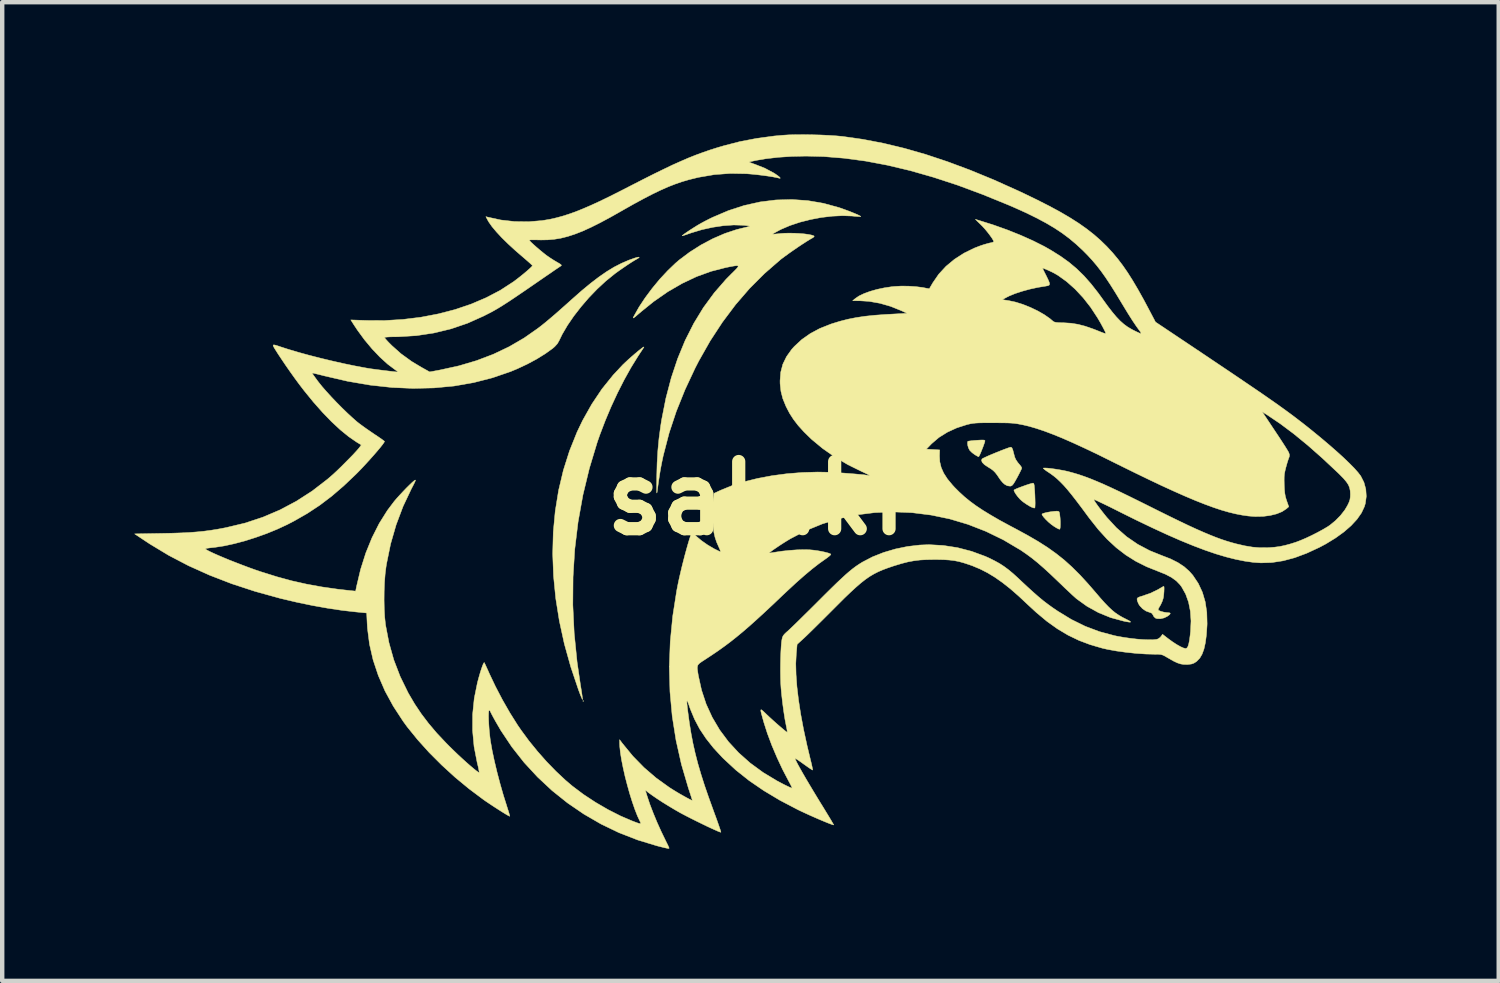
<source format=kicad_pcb>
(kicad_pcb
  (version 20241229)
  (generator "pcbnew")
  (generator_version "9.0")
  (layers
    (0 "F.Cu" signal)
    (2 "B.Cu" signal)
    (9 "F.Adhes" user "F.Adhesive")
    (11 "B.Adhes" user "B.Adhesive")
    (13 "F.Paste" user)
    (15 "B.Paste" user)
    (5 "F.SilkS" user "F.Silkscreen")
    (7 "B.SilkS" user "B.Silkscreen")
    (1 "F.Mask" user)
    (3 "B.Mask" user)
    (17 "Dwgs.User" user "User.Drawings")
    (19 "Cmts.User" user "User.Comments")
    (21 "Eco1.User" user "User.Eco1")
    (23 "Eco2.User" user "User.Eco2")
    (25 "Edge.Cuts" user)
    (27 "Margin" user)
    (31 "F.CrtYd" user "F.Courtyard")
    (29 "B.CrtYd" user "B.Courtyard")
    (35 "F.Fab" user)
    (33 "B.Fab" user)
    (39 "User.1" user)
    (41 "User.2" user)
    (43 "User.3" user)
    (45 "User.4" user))
  (footprint "saluki"
    (layer "F.Cu")
    (at 14.111 8.257)
    (property "Reference" "saluki" (at 0 0 0) (layer "F.SilkS") (effects (font (size 1.524 1.524) (thickness 0.3))))
    (attr through_hole)
    (fp_poly (pts (xy -3.919 4.599) (xy -3.928 4.608) (xy -3.937 4.599) (xy -3.928 4.59) (xy -3.919 4.599)) (stroke (width 0.01) (type solid)) (fill yes) (layer "F.SilkS"))
    (fp_poly (pts (xy 6.853 0.294) (xy 6.872 0.308) (xy 6.882 0.346) (xy 6.885 0.367) (xy 6.894 0.447) (xy 6.899 0.528) (xy 6.899 0.602) (xy 6.896 0.661) (xy 6.889 0.696) (xy 6.884 0.702) (xy 6.86 0.696) (xy 6.816 0.674) (xy 6.761 0.64) (xy 6.757 0.638) (xy 6.694 0.593) (xy 6.63 0.539) (xy 6.571 0.482) (xy 6.523 0.429) (xy 6.491 0.386) (xy 6.481 0.359) (xy 6.482 0.358) (xy 6.502 0.345) (xy 6.549 0.331) (xy 6.614 0.316) (xy 6.688 0.304) (xy 6.761 0.295) (xy 6.816 0.291) (xy 6.853 0.294)) (stroke (width 0.01) (type solid)) (fill yes) (layer "F.SilkS"))
    (fp_poly (pts (xy 5.176 -1.319) (xy 5.188 -1.31) (xy 5.189 -1.305) (xy 5.183 -1.277) (xy 5.166 -1.227) (xy 5.143 -1.163) (xy 5.116 -1.095) (xy 5.09 -1.031) (xy 5.067 -0.979) (xy 5.05 -0.948) (xy 5.045 -0.943) (xy 5.024 -0.952) (xy 4.983 -0.975) (xy 4.951 -0.995) (xy 4.897 -1.035) (xy 4.852 -1.079) (xy 4.837 -1.097) (xy 4.814 -1.145) (xy 4.798 -1.2) (xy 4.792 -1.252) (xy 4.797 -1.287) (xy 4.802 -1.294) (xy 4.827 -1.299) (xy 4.878 -1.306) (xy 4.95 -1.313) (xy 5.004 -1.317) (xy 5.09 -1.322) (xy 5.145 -1.323) (xy 5.176 -1.319)) (stroke (width 0.01) (type solid)) (fill yes) (layer "F.SilkS"))
    (fp_poly (pts (xy 6.291 -0.34) (xy 6.3 -0.323) (xy 6.307 -0.289) (xy 6.312 -0.232) (xy 6.318 -0.147) (xy 6.322 -0.07) (xy 6.325 0.026) (xy 6.327 0.11) (xy 6.325 0.174) (xy 6.322 0.212) (xy 6.32 0.219) (xy 6.297 0.219) (xy 6.253 0.204) (xy 6.207 0.181) (xy 6.136 0.138) (xy 6.062 0.087) (xy 6.028 0.061) (xy 5.979 0.015) (xy 5.931 -0.04) (xy 5.889 -0.097) (xy 5.859 -0.147) (xy 5.846 -0.182) (xy 5.847 -0.188) (xy 5.865 -0.199) (xy 5.91 -0.22) (xy 5.973 -0.245) (xy 6.046 -0.272) (xy 6.121 -0.299) (xy 6.191 -0.322) (xy 6.246 -0.338) (xy 6.278 -0.345) (xy 6.279 -0.345) (xy 6.291 -0.34)) (stroke (width 0.01) (type solid)) (fill yes) (layer "F.SilkS"))
    (fp_poly (pts (xy 9.252 2.012) (xy 9.253 2.054) (xy 9.251 2.113) (xy 9.246 2.177) (xy 9.239 2.238) (xy 9.234 2.265) (xy 9.212 2.335) (xy 9.178 2.41) (xy 9.16 2.441) (xy 9.129 2.493) (xy 9.119 2.524) (xy 9.127 2.541) (xy 9.129 2.543) (xy 9.179 2.565) (xy 9.248 2.583) (xy 9.317 2.593) (xy 9.339 2.594) (xy 9.383 2.6) (xy 9.394 2.616) (xy 9.372 2.644) (xy 9.326 2.678) (xy 9.252 2.714) (xy 9.172 2.732) (xy 9.097 2.731) (xy 9.059 2.719) (xy 9.023 2.687) (xy 9.002 2.649) (xy 8.977 2.609) (xy 8.93 2.589) (xy 8.921 2.587) (xy 8.841 2.557) (xy 8.762 2.503) (xy 8.698 2.434) (xy 8.671 2.389) (xy 8.645 2.324) (xy 8.639 2.281) (xy 8.658 2.254) (xy 8.706 2.233) (xy 8.74 2.223) (xy 8.94 2.155) (xy 9.114 2.071) (xy 9.137 2.057) (xy 9.19 2.026) (xy 9.229 2.004) (xy 9.246 1.996) (xy 9.252 2.012)) (stroke (width 0.01) (type solid)) (fill yes) (layer "F.SilkS"))
    (fp_poly (pts (xy 5.8 -1.145) (xy 5.82 -1.101) (xy 5.823 -1.089) (xy 5.841 -1.02) (xy 5.86 -0.949) (xy 5.861 -0.942) (xy 5.886 -0.883) (xy 5.928 -0.819) (xy 5.952 -0.79) (xy 5.991 -0.744) (xy 6.017 -0.705) (xy 6.023 -0.687) (xy 6.015 -0.662) (xy 5.992 -0.613) (xy 5.958 -0.546) (xy 5.919 -0.472) (xy 5.873 -0.39) (xy 5.84 -0.335) (xy 5.814 -0.302) (xy 5.792 -0.284) (xy 5.768 -0.277) (xy 5.76 -0.276) (xy 5.696 -0.285) (xy 5.642 -0.313) (xy 5.596 -0.352) (xy 5.547 -0.409) (xy 5.521 -0.445) (xy 5.466 -0.527) (xy 5.42 -0.586) (xy 5.375 -0.631) (xy 5.323 -0.67) (xy 5.264 -0.706) (xy 5.178 -0.763) (xy 5.127 -0.815) (xy 5.11 -0.861) (xy 5.122 -0.894) (xy 5.145 -0.908) (xy 5.195 -0.932) (xy 5.265 -0.964) (xy 5.35 -1) (xy 5.442 -1.038) (xy 5.534 -1.075) (xy 5.621 -1.109) (xy 5.695 -1.136) (xy 5.749 -1.155) (xy 5.778 -1.161) (xy 5.8 -1.145)) (stroke (width 0.01) (type solid)) (fill yes) (layer "F.SilkS"))
    (fp_poly (pts (xy -2.549 -3.431) (xy -2.551 -3.428) (xy -2.567 -3.403) (xy -2.598 -3.355) (xy -2.641 -3.291) (xy -2.687 -3.22) (xy -2.841 -2.971) (xy -2.996 -2.693) (xy -3.148 -2.394) (xy -3.293 -2.082) (xy -3.427 -1.764) (xy -3.548 -1.447) (xy -3.608 -1.276) (xy -3.788 -0.68) (xy -3.934 -0.076) (xy -4.044 0.536) (xy -4.119 1.155) (xy -4.158 1.783) (xy -4.163 2.419) (xy -4.132 3.064) (xy -4.066 3.717) (xy -3.99 4.234) (xy -3.973 4.338) (xy -3.959 4.429) (xy -3.949 4.501) (xy -3.944 4.549) (xy -3.943 4.566) (xy -3.952 4.553) (xy -3.97 4.512) (xy -3.996 4.449) (xy -4.026 4.369) (xy -4.033 4.351) (xy -4.21 3.825) (xy -4.356 3.302) (xy -4.469 2.783) (xy -4.551 2.269) (xy -4.601 1.761) (xy -4.62 1.26) (xy -4.607 0.769) (xy -4.562 0.289) (xy -4.486 -0.181) (xy -4.378 -0.636) (xy -4.238 -1.078) (xy -4.067 -1.504) (xy -3.942 -1.765) (xy -3.734 -2.135) (xy -3.503 -2.48) (xy -3.247 -2.798) (xy -3.031 -3.029) (xy -2.967 -3.09) (xy -2.897 -3.155) (xy -2.823 -3.22) (xy -2.75 -3.283) (xy -2.683 -3.339) (xy -2.625 -3.385) (xy -2.581 -3.419) (xy -2.554 -3.435) (xy -2.549 -3.431)) (stroke (width 0.01) (type solid)) (fill yes) (layer "F.SilkS"))
    (fp_poly (pts (xy 1.167 -6.755) (xy 1.524 -6.694) (xy 1.877 -6.597) (xy 1.898 -6.59) (xy 1.991 -6.557) (xy 2.086 -6.522) (xy 2.176 -6.487) (xy 2.255 -6.454) (xy 2.318 -6.426) (xy 2.359 -6.405) (xy 2.371 -6.393) (xy 2.371 -6.393) (xy 2.352 -6.392) (xy 2.304 -6.394) (xy 2.236 -6.399) (xy 2.176 -6.405) (xy 1.959 -6.413) (xy 1.724 -6.402) (xy 1.477 -6.373) (xy 1.23 -6.326) (xy 0.989 -6.265) (xy 0.764 -6.19) (xy 0.563 -6.104) (xy 0.522 -6.083) (xy 0.456 -6.047) (xy 0.404 -6.018) (xy 0.374 -5.999) (xy 0.369 -5.994) (xy 0.388 -5.993) (xy 0.435 -5.997) (xy 0.501 -6.003) (xy 0.545 -6.008) (xy 0.642 -6.015) (xy 0.751 -6.017) (xy 0.867 -6.015) (xy 0.983 -6.009) (xy 1.091 -6) (xy 1.186 -5.987) (xy 1.259 -5.972) (xy 1.306 -5.955) (xy 1.313 -5.95) (xy 1.309 -5.934) (xy 1.28 -5.911) (xy 1.268 -5.905) (xy 1.214 -5.874) (xy 1.138 -5.827) (xy 1.045 -5.767) (xy 0.943 -5.699) (xy 0.838 -5.627) (xy 0.737 -5.556) (xy 0.646 -5.49) (xy 0.571 -5.434) (xy 0.548 -5.416) (xy 0.187 -5.102) (xy -0.153 -4.762) (xy -0.471 -4.394) (xy -0.768 -3.998) (xy -1.046 -3.573) (xy -1.304 -3.118) (xy -1.387 -2.957) (xy -1.617 -2.466) (xy -1.815 -1.974) (xy -1.978 -1.483) (xy -2.105 -0.994) (xy -2.113 -0.962) (xy -2.137 -0.849) (xy -2.158 -0.743) (xy -2.178 -0.636) (xy -2.197 -0.52) (xy -2.217 -0.387) (xy -2.239 -0.229) (xy -2.249 -0.154) (xy -2.254 -0.124) (xy -2.258 -0.121) (xy -2.26 -0.147) (xy -2.261 -0.203) (xy -2.261 -0.291) (xy -2.26 -0.413) (xy -2.259 -0.49) (xy -2.251 -0.799) (xy -2.234 -1.083) (xy -2.208 -1.356) (xy -2.172 -1.628) (xy -2.149 -1.777) (xy -2.052 -2.268) (xy -1.93 -2.733) (xy -1.784 -3.171) (xy -1.614 -3.583) (xy -1.419 -3.969) (xy -1.2 -4.328) (xy -0.955 -4.662) (xy -0.686 -4.971) (xy -0.564 -5.094) (xy -0.49 -5.167) (xy -0.439 -5.22) (xy -0.413 -5.255) (xy -0.414 -5.274) (xy -0.444 -5.279) (xy -0.505 -5.272) (xy -0.598 -5.255) (xy -0.697 -5.235) (xy -1.027 -5.15) (xy -1.358 -5.03) (xy -1.685 -4.875) (xy -2.009 -4.687) (xy -2.327 -4.466) (xy -2.608 -4.239) (xy -2.687 -4.172) (xy -2.741 -4.125) (xy -2.775 -4.099) (xy -2.791 -4.091) (xy -2.793 -4.099) (xy -2.784 -4.12) (xy -2.774 -4.139) (xy -2.66 -4.342) (xy -2.52 -4.553) (xy -2.361 -4.766) (xy -2.19 -4.973) (xy -2.011 -5.165) (xy -1.833 -5.336) (xy -1.749 -5.408) (xy -1.51 -5.587) (xy -1.253 -5.75) (xy -0.987 -5.891) (xy -0.717 -6.008) (xy -0.45 -6.097) (xy -0.311 -6.132) (xy -0.242 -6.148) (xy -0.187 -6.163) (xy -0.155 -6.172) (xy -0.151 -6.174) (xy -0.164 -6.18) (xy -0.205 -6.186) (xy -0.267 -6.193) (xy -0.3 -6.196) (xy -0.513 -6.202) (xy -0.745 -6.186) (xy -0.988 -6.15) (xy -1.234 -6.096) (xy -1.473 -6.024) (xy -1.529 -6.005) (xy -1.596 -5.981) (xy -1.648 -5.965) (xy -1.678 -5.957) (xy -1.682 -5.957) (xy -1.671 -5.97) (xy -1.634 -5.998) (xy -1.577 -6.038) (xy -1.505 -6.086) (xy -1.422 -6.139) (xy -1.336 -6.193) (xy -1.319 -6.203) (xy -1.251 -6.242) (xy -1.162 -6.29) (xy -1.066 -6.339) (xy -0.992 -6.375) (xy -0.636 -6.527) (xy -0.277 -6.644) (xy 0.085 -6.725) (xy 0.446 -6.77) (xy 0.808 -6.78) (xy 1.167 -6.755)) (stroke (width 0.01) (type solid)) (fill yes) (layer "F.SilkS"))
    (fp_poly (pts (xy 1.273 -8.249) (xy 1.466 -8.244) (xy 1.652 -8.235) (xy 1.821 -8.224) (xy 1.959 -8.211) (xy 2.417 -8.146) (xy 2.881 -8.057) (xy 3.356 -7.943) (xy 3.841 -7.804) (xy 4.34 -7.638) (xy 4.855 -7.446) (xy 5.387 -7.227) (xy 5.939 -6.979) (xy 6.059 -6.923) (xy 6.367 -6.774) (xy 6.643 -6.634) (xy 6.891 -6.5) (xy 7.113 -6.37) (xy 7.313 -6.243) (xy 7.493 -6.116) (xy 7.658 -5.987) (xy 7.809 -5.855) (xy 7.951 -5.717) (xy 7.965 -5.702) (xy 8.086 -5.571) (xy 8.201 -5.433) (xy 8.313 -5.286) (xy 8.425 -5.124) (xy 8.539 -4.944) (xy 8.659 -4.741) (xy 8.787 -4.512) (xy 8.881 -4.336) (xy 9.058 -4) (xy 9.885 -3.447) (xy 10.188 -3.244) (xy 10.463 -3.059) (xy 10.712 -2.892) (xy 10.937 -2.74) (xy 11.14 -2.602) (xy 11.323 -2.478) (xy 11.488 -2.365) (xy 11.636 -2.262) (xy 11.771 -2.168) (xy 11.894 -2.08) (xy 12.007 -1.999) (xy 12.112 -1.922) (xy 12.211 -1.848) (xy 12.306 -1.775) (xy 12.4 -1.703) (xy 12.494 -1.629) (xy 12.59 -1.552) (xy 12.627 -1.522) (xy 12.821 -1.363) (xy 13.004 -1.208) (xy 13.172 -1.061) (xy 13.324 -0.923) (xy 13.456 -0.796) (xy 13.567 -0.684) (xy 13.653 -0.587) (xy 13.713 -0.509) (xy 13.716 -0.504) (xy 13.788 -0.362) (xy 13.83 -0.207) (xy 13.841 -0.045) (xy 13.82 0.115) (xy 13.798 0.189) (xy 13.731 0.332) (xy 13.63 0.476) (xy 13.497 0.62) (xy 13.334 0.762) (xy 13.143 0.9) (xy 12.926 1.033) (xy 12.776 1.113) (xy 12.489 1.246) (xy 12.215 1.348) (xy 11.952 1.418) (xy 11.698 1.457) (xy 11.45 1.465) (xy 11.276 1.453) (xy 11.081 1.425) (xy 10.876 1.384) (xy 10.658 1.329) (xy 10.426 1.26) (xy 10.178 1.175) (xy 9.912 1.074) (xy 9.626 0.957) (xy 9.318 0.822) (xy 8.985 0.668) (xy 8.626 0.496) (xy 8.275 0.322) (xy 8.138 0.253) (xy 8.012 0.19) (xy 7.899 0.135) (xy 7.804 0.09) (xy 7.731 0.055) (xy 7.682 0.033) (xy 7.661 0.026) (xy 7.661 0.026) (xy 7.666 0.045) (xy 7.691 0.087) (xy 7.733 0.147) (xy 7.787 0.221) (xy 7.851 0.304) (xy 7.92 0.391) (xy 7.955 0.434) (xy 8.171 0.668) (xy 8.403 0.871) (xy 8.654 1.043) (xy 8.926 1.187) (xy 9.199 1.297) (xy 9.398 1.374) (xy 9.566 1.458) (xy 9.707 1.551) (xy 9.826 1.657) (xy 9.904 1.745) (xy 10.028 1.93) (xy 10.122 2.131) (xy 10.186 2.349) (xy 10.222 2.587) (xy 10.229 2.846) (xy 10.227 2.892) (xy 10.213 3.1) (xy 10.19 3.276) (xy 10.158 3.42) (xy 10.115 3.537) (xy 10.062 3.628) (xy 9.996 3.696) (xy 9.982 3.707) (xy 9.93 3.74) (xy 9.878 3.759) (xy 9.812 3.768) (xy 9.781 3.771) (xy 9.704 3.77) (xy 9.631 3.759) (xy 9.554 3.734) (xy 9.465 3.692) (xy 9.357 3.63) (xy 9.332 3.616) (xy 9.269 3.579) (xy 9.221 3.556) (xy 9.177 3.544) (xy 9.122 3.539) (xy 9.045 3.538) (xy 9.04 3.538) (xy 8.834 3.533) (xy 8.613 3.518) (xy 8.388 3.494) (xy 8.171 3.464) (xy 7.971 3.428) (xy 7.856 3.402) (xy 7.58 3.322) (xy 7.32 3.224) (xy 7.073 3.105) (xy 6.832 2.961) (xy 6.594 2.791) (xy 6.353 2.59) (xy 6.16 2.412) (xy 5.953 2.218) (xy 5.763 2.052) (xy 5.584 1.911) (xy 5.413 1.791) (xy 5.246 1.69) (xy 5.077 1.604) (xy 4.903 1.531) (xy 4.844 1.51) (xy 4.717 1.468) (xy 4.603 1.436) (xy 4.493 1.414) (xy 4.376 1.4) (xy 4.245 1.392) (xy 4.09 1.389) (xy 4.037 1.389) (xy 3.863 1.392) (xy 3.714 1.4) (xy 3.578 1.417) (xy 3.443 1.442) (xy 3.299 1.479) (xy 3.134 1.529) (xy 3.112 1.536) (xy 2.985 1.579) (xy 2.872 1.621) (xy 2.767 1.666) (xy 2.669 1.716) (xy 2.573 1.773) (xy 2.475 1.841) (xy 2.373 1.921) (xy 2.262 2.017) (xy 2.139 2.13) (xy 1.999 2.264) (xy 1.841 2.422) (xy 1.769 2.494) (xy 1.647 2.616) (xy 1.527 2.736) (xy 1.413 2.849) (xy 1.308 2.953) (xy 1.217 3.042) (xy 1.143 3.114) (xy 1.089 3.165) (xy 1.075 3.178) (xy 0.926 3.314) (xy 0.907 3.53) (xy 0.896 3.749) (xy 0.902 3.997) (xy 0.922 4.274) (xy 0.958 4.576) (xy 1.008 4.901) (xy 1.073 5.247) (xy 1.152 5.611) (xy 1.231 5.941) (xy 1.252 6.025) (xy 1.267 6.095) (xy 1.277 6.144) (xy 1.279 6.165) (xy 1.279 6.166) (xy 1.262 6.158) (xy 1.222 6.133) (xy 1.165 6.094) (xy 1.095 6.044) (xy 1.079 6.033) (xy 1.007 5.981) (xy 0.947 5.94) (xy 0.902 5.911) (xy 0.881 5.9) (xy 0.879 5.9) (xy 0.884 5.92) (xy 0.906 5.967) (xy 0.943 6.039) (xy 0.994 6.132) (xy 1.057 6.243) (xy 1.13 6.369) (xy 1.212 6.507) (xy 1.3 6.654) (xy 1.392 6.806) (xy 1.45 6.901) (xy 1.525 7.022) (xy 1.593 7.134) (xy 1.652 7.231) (xy 1.7 7.311) (xy 1.734 7.37) (xy 1.754 7.404) (xy 1.756 7.411) (xy 1.736 7.408) (xy 1.688 7.391) (xy 1.617 7.364) (xy 1.527 7.327) (xy 1.425 7.284) (xy 1.315 7.236) (xy 1.202 7.186) (xy 1.091 7.135) (xy 0.986 7.086) (xy 0.933 7.06) (xy 0.534 6.851) (xy 0.17 6.633) (xy -0.163 6.405) (xy -0.465 6.165) (xy -0.738 5.912) (xy -0.766 5.885) (xy -0.97 5.665) (xy -1.141 5.449) (xy -1.285 5.233) (xy -1.402 5.011) (xy -1.498 4.78) (xy -1.516 4.729) (xy -1.541 4.655) (xy -1.56 4.609) (xy -1.571 4.593) (xy -1.576 4.607) (xy -1.574 4.654) (xy -1.566 4.734) (xy -1.552 4.848) (xy -1.551 4.857) (xy -1.518 5.102) (xy -1.48 5.336) (xy -1.437 5.562) (xy -1.386 5.787) (xy -1.327 6.017) (xy -1.257 6.256) (xy -1.176 6.511) (xy -1.081 6.786) (xy -0.972 7.088) (xy -0.958 7.127) (xy -0.914 7.246) (xy -0.876 7.353) (xy -0.844 7.445) (xy -0.82 7.515) (xy -0.806 7.561) (xy -0.803 7.577) (xy -0.823 7.573) (xy -0.87 7.555) (xy -0.94 7.524) (xy -1.028 7.484) (xy -1.129 7.437) (xy -1.239 7.383) (xy -1.354 7.327) (xy -1.468 7.27) (xy -1.576 7.215) (xy -1.675 7.163) (xy -1.733 7.132) (xy -1.86 7.059) (xy -1.993 6.979) (xy -2.126 6.897) (xy -2.25 6.816) (xy -2.358 6.742) (xy -2.444 6.68) (xy -2.462 6.666) (xy -2.52 6.619) (xy -2.475 6.764) (xy -2.416 6.941) (xy -2.34 7.139) (xy -2.252 7.352) (xy -2.154 7.569) (xy -2.057 7.769) (xy -2.023 7.838) (xy -1.996 7.893) (xy -1.981 7.929) (xy -1.978 7.937) (xy -1.982 7.944) (xy -1.999 7.945) (xy -2.032 7.939) (xy -2.088 7.927) (xy -2.169 7.907) (xy -2.259 7.884) (xy -2.693 7.752) (xy -3.115 7.588) (xy -3.522 7.392) (xy -3.912 7.166) (xy -4.284 6.912) (xy -4.635 6.631) (xy -4.963 6.325) (xy -5.268 5.995) (xy -5.546 5.642) (xy -5.796 5.268) (xy -5.921 5.053) (xy -5.965 4.973) (xy -6.002 4.904) (xy -6.028 4.852) (xy -6.041 4.825) (xy -6.042 4.822) (xy -6.056 4.809) (xy -6.062 4.808) (xy -6.07 4.825) (xy -6.074 4.872) (xy -6.076 4.943) (xy -6.074 5.032) (xy -6.069 5.132) (xy -6.062 5.238) (xy -6.052 5.344) (xy -6.041 5.443) (xy -6.033 5.501) (xy -5.995 5.718) (xy -5.944 5.958) (xy -5.883 6.214) (xy -5.814 6.476) (xy -5.74 6.735) (xy -5.662 6.982) (xy -5.662 6.983) (xy -5.635 7.068) (xy -5.613 7.138) (xy -5.599 7.189) (xy -5.594 7.214) (xy -5.594 7.215) (xy -5.611 7.208) (xy -5.654 7.185) (xy -5.716 7.148) (xy -5.793 7.1) (xy -5.879 7.045) (xy -5.97 6.986) (xy -6.06 6.926) (xy -6.145 6.869) (xy -6.196 6.833) (xy -6.519 6.591) (xy -6.835 6.33) (xy -7.138 6.053) (xy -7.424 5.767) (xy -7.686 5.476) (xy -7.921 5.186) (xy -8.015 5.057) (xy -8.237 4.717) (xy -8.425 4.372) (xy -8.577 4.021) (xy -8.695 3.667) (xy -8.777 3.31) (xy -8.823 2.951) (xy -8.83 2.838) (xy -8.841 2.602) (xy -9.088 2.578) (xy -9.396 2.543) (xy -9.729 2.493) (xy -10.077 2.431) (xy -10.432 2.357) (xy -10.786 2.274) (xy -10.813 2.267) (xy -11.373 2.112) (xy -11.904 1.938) (xy -12.406 1.744) (xy -12.882 1.53) (xy -13.332 1.295) (xy -13.584 1.143) (xy -12.498 1.143) (xy -12.493 1.155) (xy -12.458 1.178) (xy -12.396 1.21) (xy -12.311 1.25) (xy -12.207 1.296) (xy -12.086 1.347) (xy -11.954 1.402) (xy -11.813 1.457) (xy -11.668 1.513) (xy -11.522 1.568) (xy -11.378 1.62) (xy -11.24 1.667) (xy -11.226 1.671) (xy -10.878 1.78) (xy -10.54 1.872) (xy -10.202 1.948) (xy -9.855 2.011) (xy -9.49 2.063) (xy -9.204 2.095) (xy -9.092 2.106) (xy -9.071 2.001) (xy -8.978 1.61) (xy -8.861 1.241) (xy -8.72 0.894) (xy -8.557 0.571) (xy -8.372 0.276) (xy -8.217 0.07) (xy -8.161 0.004) (xy -8.092 -0.072) (xy -8.016 -0.153) (xy -7.94 -0.233) (xy -7.868 -0.304) (xy -7.807 -0.362) (xy -7.764 -0.399) (xy -7.76 -0.402) (xy -7.741 -0.414) (xy -7.733 -0.412) (xy -7.738 -0.394) (xy -7.755 -0.355) (xy -7.787 -0.291) (xy -7.827 -0.215) (xy -8.016 0.185) (xy -8.173 0.602) (xy -8.298 1.035) (xy -8.39 1.485) (xy -8.402 1.56) (xy -8.422 1.721) (xy -8.436 1.906) (xy -8.444 2.106) (xy -8.446 2.31) (xy -8.442 2.509) (xy -8.432 2.693) (xy -8.415 2.853) (xy -8.412 2.876) (xy -8.335 3.277) (xy -8.225 3.668) (xy -8.08 4.045) (xy -7.903 4.407) (xy -7.89 4.431) (xy -7.752 4.666) (xy -7.602 4.89) (xy -7.437 5.107) (xy -7.252 5.326) (xy -7.04 5.551) (xy -6.967 5.625) (xy -6.87 5.72) (xy -6.77 5.816) (xy -6.671 5.908) (xy -6.576 5.994) (xy -6.488 6.071) (xy -6.412 6.135) (xy -6.351 6.184) (xy -6.309 6.214) (xy -6.288 6.221) (xy -6.287 6.221) (xy -6.289 6.202) (xy -6.298 6.154) (xy -6.312 6.085) (xy -6.332 6.003) (xy -6.334 5.996) (xy -6.404 5.634) (xy -6.438 5.269) (xy -6.437 4.903) (xy -6.4 4.539) (xy -6.327 4.179) (xy -6.324 4.168) (xy -6.293 4.054) (xy -6.263 3.95) (xy -6.234 3.86) (xy -6.209 3.79) (xy -6.188 3.743) (xy -6.175 3.726) (xy -6.173 3.727) (xy -6.163 3.746) (xy -6.141 3.792) (xy -6.111 3.858) (xy -6.074 3.939) (xy -6.061 3.97) (xy -5.919 4.269) (xy -5.76 4.573) (xy -5.59 4.87) (xy -5.415 5.148) (xy -5.337 5.261) (xy -5.16 5.502) (xy -4.964 5.743) (xy -4.757 5.977) (xy -4.544 6.196) (xy -4.333 6.394) (xy -4.173 6.53) (xy -3.92 6.72) (xy -3.646 6.9) (xy -3.362 7.065) (xy -3.078 7.209) (xy -2.821 7.319) (xy -2.732 7.353) (xy -2.673 7.374) (xy -2.638 7.381) (xy -2.625 7.375) (xy -2.627 7.356) (xy -2.641 7.328) (xy -2.698 7.205) (xy -2.757 7.054) (xy -2.816 6.883) (xy -2.874 6.697) (xy -2.928 6.503) (xy -2.979 6.306) (xy -3.022 6.114) (xy -3.058 5.933) (xy -3.084 5.769) (xy -3.099 5.628) (xy -3.102 5.555) (xy -3.102 5.476) (xy -3.036 5.564) (xy -2.801 5.85) (xy -2.548 6.109) (xy -2.272 6.346) (xy -1.973 6.561) (xy -1.902 6.606) (xy -1.821 6.656) (xy -1.737 6.706) (xy -1.654 6.753) (xy -1.578 6.795) (xy -1.516 6.828) (xy -1.472 6.849) (xy -1.452 6.854) (xy -1.451 6.853) (xy -1.457 6.834) (xy -1.472 6.787) (xy -1.494 6.718) (xy -1.522 6.632) (xy -1.542 6.572) (xy -1.699 6.037) (xy -1.821 5.494) (xy -1.908 4.945) (xy -1.959 4.388) (xy -1.973 3.871) (xy -1.338 3.871) (xy -1.328 3.944) (xy -1.316 4.019) (xy -1.243 4.351) (xy -1.138 4.669) (xy -1 4.97) (xy -0.831 5.256) (xy -0.631 5.524) (xy -0.4 5.774) (xy -0.138 6.007) (xy 0.153 6.22) (xy 0.473 6.413) (xy 0.631 6.496) (xy 0.703 6.531) (xy 0.762 6.558) (xy 0.801 6.574) (xy 0.813 6.577) (xy 0.808 6.56) (xy 0.788 6.518) (xy 0.757 6.458) (xy 0.731 6.41) (xy 0.596 6.152) (xy 0.469 5.88) (xy 0.352 5.604) (xy 0.251 5.334) (xy 0.169 5.078) (xy 0.147 4.998) (xy 0.12 4.901) (xy 0.104 4.836) (xy 0.102 4.802) (xy 0.114 4.797) (xy 0.144 4.819) (xy 0.193 4.865) (xy 0.239 4.909) (xy 0.308 4.974) (xy 0.384 5.043) (xy 0.461 5.112) (xy 0.535 5.176) (xy 0.601 5.232) (xy 0.654 5.276) (xy 0.69 5.302) (xy 0.703 5.309) (xy 0.702 5.29) (xy 0.695 5.244) (xy 0.683 5.182) (xy 0.68 5.169) (xy 0.65 5.014) (xy 0.622 4.834) (xy 0.596 4.642) (xy 0.574 4.448) (xy 0.561 4.305) (xy 0.554 4.194) (xy 0.55 4.063) (xy 0.548 3.919) (xy 0.549 3.77) (xy 0.552 3.623) (xy 0.557 3.485) (xy 0.564 3.363) (xy 0.572 3.265) (xy 0.58 3.212) (xy 0.591 3.16) (xy 0.608 3.121) (xy 0.637 3.083) (xy 0.684 3.038) (xy 0.712 3.014) (xy 0.748 2.981) (xy 0.808 2.924) (xy 0.886 2.849) (xy 0.98 2.757) (xy 1.086 2.652) (xy 1.202 2.538) (xy 1.324 2.417) (xy 1.403 2.338) (xy 1.567 2.174) (xy 1.709 2.034) (xy 1.831 1.915) (xy 1.938 1.815) (xy 2.03 1.73) (xy 2.112 1.659) (xy 2.186 1.599) (xy 2.255 1.547) (xy 2.323 1.501) (xy 2.391 1.458) (xy 2.413 1.445) (xy 2.638 1.328) (xy 2.888 1.229) (xy 3.155 1.15) (xy 3.431 1.093) (xy 3.71 1.06) (xy 3.92 1.052) (xy 4.243 1.07) (xy 4.567 1.12) (xy 4.886 1.203) (xy 5.191 1.315) (xy 5.292 1.36) (xy 5.413 1.421) (xy 5.52 1.48) (xy 5.62 1.545) (xy 5.72 1.619) (xy 5.827 1.708) (xy 5.947 1.817) (xy 6.009 1.876) (xy 6.158 2.015) (xy 6.287 2.132) (xy 6.402 2.233) (xy 6.509 2.322) (xy 6.615 2.403) (xy 6.723 2.481) (xy 6.838 2.559) (xy 7.149 2.749) (xy 7.464 2.904) (xy 7.786 3.025) (xy 8.118 3.114) (xy 8.182 3.128) (xy 8.334 3.155) (xy 8.487 3.177) (xy 8.635 3.194) (xy 8.774 3.205) (xy 8.898 3.21) (xy 9.001 3.209) (xy 9.078 3.201) (xy 9.116 3.19) (xy 9.162 3.158) (xy 9.189 3.127) (xy 9.217 3.085) (xy 9.346 3.185) (xy 9.443 3.255) (xy 9.536 3.316) (xy 9.62 3.364) (xy 9.689 3.395) (xy 9.738 3.408) (xy 9.747 3.408) (xy 9.772 3.395) (xy 9.794 3.362) (xy 9.812 3.305) (xy 9.829 3.22) (xy 9.844 3.106) (xy 9.853 3.021) (xy 9.864 2.784) (xy 9.849 2.562) (xy 9.808 2.356) (xy 9.742 2.172) (xy 9.652 2.011) (xy 9.616 1.962) (xy 9.531 1.874) (xy 9.422 1.795) (xy 9.285 1.723) (xy 9.122 1.658) (xy 8.857 1.552) (xy 8.612 1.429) (xy 8.384 1.286) (xy 8.168 1.12) (xy 7.961 0.928) (xy 7.759 0.706) (xy 7.558 0.452) (xy 7.52 0.401) (xy 7.382 0.214) (xy 7.261 0.054) (xy 7.155 -0.082) (xy 7.061 -0.197) (xy 6.976 -0.294) (xy 6.897 -0.375) (xy 6.823 -0.445) (xy 6.749 -0.506) (xy 6.674 -0.561) (xy 6.638 -0.585) (xy 6.578 -0.625) (xy 6.534 -0.659) (xy 6.512 -0.681) (xy 6.512 -0.686) (xy 6.546 -0.688) (xy 6.607 -0.685) (xy 6.689 -0.676) (xy 6.783 -0.663) (xy 6.881 -0.647) (xy 6.976 -0.63) (xy 7.059 -0.612) (xy 7.075 -0.608) (xy 7.196 -0.575) (xy 7.317 -0.539) (xy 7.443 -0.496) (xy 7.577 -0.446) (xy 7.721 -0.387) (xy 7.88 -0.319) (xy 8.055 -0.239) (xy 8.251 -0.147) (xy 8.471 -0.04) (xy 8.718 0.082) (xy 8.863 0.154) (xy 9.141 0.293) (xy 9.39 0.416) (xy 9.612 0.524) (xy 9.811 0.619) (xy 9.99 0.701) (xy 10.151 0.772) (xy 10.297 0.833) (xy 10.43 0.886) (xy 10.555 0.932) (xy 10.673 0.971) (xy 10.787 1.005) (xy 10.89 1.033) (xy 11.085 1.078) (xy 11.26 1.107) (xy 11.426 1.121) (xy 11.594 1.12) (xy 11.63 1.119) (xy 11.759 1.109) (xy 11.874 1.094) (xy 11.989 1.07) (xy 12.113 1.037) (xy 12.246 0.995) (xy 12.348 0.956) (xy 12.47 0.904) (xy 12.602 0.842) (xy 12.734 0.775) (xy 12.857 0.708) (xy 12.962 0.646) (xy 13.018 0.608) (xy 13.141 0.507) (xy 13.256 0.39) (xy 13.353 0.266) (xy 13.415 0.162) (xy 13.45 0.088) (xy 13.47 0.028) (xy 13.478 -0.031) (xy 13.48 -0.094) (xy 13.476 -0.171) (xy 13.462 -0.24) (xy 13.435 -0.306) (xy 13.39 -0.374) (xy 13.325 -0.451) (xy 13.236 -0.542) (xy 13.196 -0.581) (xy 12.847 -0.908) (xy 12.513 -1.203) (xy 12.193 -1.465) (xy 11.887 -1.694) (xy 11.595 -1.891) (xy 11.558 -1.914) (xy 11.478 -1.964) (xy 11.513 -1.912) (xy 11.65 -1.707) (xy 11.766 -1.532) (xy 11.864 -1.385) (xy 11.943 -1.264) (xy 12.004 -1.169) (xy 12.047 -1.099) (xy 12.074 -1.053) (xy 12.083 -1.035) (xy 12.098 -0.986) (xy 12.093 -0.942) (xy 12.084 -0.919) (xy 12.068 -0.875) (xy 12.047 -0.809) (xy 12.025 -0.731) (xy 12.016 -0.699) (xy 11.997 -0.622) (xy 11.984 -0.555) (xy 11.978 -0.488) (xy 11.977 -0.408) (xy 11.979 -0.308) (xy 11.984 -0.2) (xy 11.992 -0.116) (xy 12.004 -0.046) (xy 12.023 0.021) (xy 12.034 0.054) (xy 12.082 0.191) (xy 12.025 0.24) (xy 11.929 0.303) (xy 11.806 0.353) (xy 11.66 0.389) (xy 11.499 0.41) (xy 11.329 0.413) (xy 11.294 0.412) (xy 11.161 0.401) (xy 11.023 0.381) (xy 10.877 0.353) (xy 10.721 0.315) (xy 10.554 0.267) (xy 10.374 0.207) (xy 10.178 0.135) (xy 9.965 0.051) (xy 9.733 -0.047) (xy 9.48 -0.159) (xy 9.204 -0.285) (xy 8.903 -0.428) (xy 8.575 -0.587) (xy 8.218 -0.763) (xy 8.068 -0.837) (xy 7.748 -0.996) (xy 7.456 -1.135) (xy 7.191 -1.257) (xy 6.95 -1.363) (xy 6.731 -1.452) (xy 6.532 -1.527) (xy 6.352 -1.587) (xy 6.187 -1.635) (xy 6.065 -1.664) (xy 5.989 -1.679) (xy 5.923 -1.691) (xy 5.86 -1.7) (xy 5.793 -1.706) (xy 5.715 -1.71) (xy 5.62 -1.712) (xy 5.501 -1.713) (xy 5.388 -1.714) (xy 5.246 -1.714) (xy 5.133 -1.713) (xy 5.045 -1.711) (xy 4.976 -1.707) (xy 4.918 -1.701) (xy 4.866 -1.693) (xy 4.815 -1.681) (xy 4.784 -1.674) (xy 4.55 -1.599) (xy 4.336 -1.501) (xy 4.145 -1.382) (xy 3.982 -1.243) (xy 3.966 -1.227) (xy 3.859 -1.116) (xy 4.01 -1.107) (xy 4.161 -1.098) (xy 4.157 -0.96) (xy 4.164 -0.827) (xy 4.195 -0.699) (xy 4.252 -0.571) (xy 4.337 -0.439) (xy 4.453 -0.299) (xy 4.499 -0.249) (xy 4.609 -0.139) (xy 4.724 -0.034) (xy 4.849 0.068) (xy 4.988 0.17) (xy 5.143 0.273) (xy 5.32 0.381) (xy 5.52 0.497) (xy 5.749 0.621) (xy 5.887 0.694) (xy 6.154 0.839) (xy 6.392 0.977) (xy 6.607 1.114) (xy 6.803 1.254) (xy 6.988 1.401) (xy 7.165 1.561) (xy 7.342 1.737) (xy 7.523 1.934) (xy 7.687 2.123) (xy 7.804 2.26) (xy 7.905 2.373) (xy 7.993 2.464) (xy 8.073 2.539) (xy 8.149 2.601) (xy 8.226 2.653) (xy 8.309 2.701) (xy 8.39 2.742) (xy 8.456 2.776) (xy 8.49 2.798) (xy 8.491 2.809) (xy 8.458 2.809) (xy 8.392 2.798) (xy 8.333 2.786) (xy 8.041 2.707) (xy 7.764 2.594) (xy 7.504 2.45) (xy 7.266 2.279) (xy 7.228 2.245) (xy 7.168 2.191) (xy 7.093 2.12) (xy 7.005 2.038) (xy 6.911 1.947) (xy 6.84 1.879) (xy 6.67 1.717) (xy 6.519 1.579) (xy 6.381 1.459) (xy 6.252 1.355) (xy 6.127 1.263) (xy 6.002 1.177) (xy 5.987 1.168) (xy 5.605 0.942) (xy 5.21 0.75) (xy 4.805 0.592) (xy 4.39 0.468) (xy 3.967 0.38) (xy 3.536 0.326) (xy 3.102 0.308) (xy 2.683 0.325) (xy 2.276 0.376) (xy 1.881 0.461) (xy 1.499 0.58) (xy 1.13 0.731) (xy 0.775 0.916) (xy 0.666 0.982) (xy 0.595 1.027) (xy 0.52 1.076) (xy 0.446 1.126) (xy 0.38 1.171) (xy 0.329 1.209) (xy 0.297 1.233) (xy 0.29 1.241) (xy 0.307 1.241) (xy 0.35 1.235) (xy 0.412 1.225) (xy 0.425 1.223) (xy 0.585 1.199) (xy 0.755 1.181) (xy 0.923 1.169) (xy 1.079 1.165) (xy 1.197 1.167) (xy 1.288 1.175) (xy 1.385 1.188) (xy 1.482 1.205) (xy 1.568 1.224) (xy 1.638 1.243) (xy 1.683 1.261) (xy 1.692 1.268) (xy 1.685 1.284) (xy 1.653 1.314) (xy 1.602 1.354) (xy 1.566 1.379) (xy 1.42 1.483) (xy 1.262 1.606) (xy 1.089 1.751) (xy 0.899 1.919) (xy 0.69 2.113) (xy 0.598 2.199) (xy 0.38 2.407) (xy 0.184 2.59) (xy 0.005 2.754) (xy -0.158 2.9) (xy -0.31 3.031) (xy -0.454 3.15) (xy -0.593 3.26) (xy -0.731 3.363) (xy -0.871 3.463) (xy -1.017 3.562) (xy -1.157 3.654) (xy -1.236 3.705) (xy -1.29 3.744) (xy -1.323 3.779) (xy -1.338 3.819) (xy -1.338 3.871) (xy -1.973 3.871) (xy -1.974 3.825) (xy -1.953 3.255) (xy -1.897 2.678) (xy -1.806 2.094) (xy -1.776 1.941) (xy -1.751 1.823) (xy -1.721 1.693) (xy -1.689 1.557) (xy -1.654 1.419) (xy -1.619 1.284) (xy -1.584 1.156) (xy -1.551 1.039) (xy -1.521 0.939) (xy -1.495 0.86) (xy -1.474 0.805) (xy -1.461 0.781) (xy -1.459 0.78) (xy -1.442 0.792) (xy -1.406 0.821) (xy -1.367 0.857) (xy -1.246 0.959) (xy -1.106 1.057) (xy -0.96 1.143) (xy -0.939 1.154) (xy -0.88 1.183) (xy -0.834 1.205) (xy -0.81 1.215) (xy -0.809 1.216) (xy -0.812 1.201) (xy -0.827 1.161) (xy -0.851 1.106) (xy -0.853 1.102) (xy -0.901 0.992) (xy -0.936 0.888) (xy -0.961 0.78) (xy -0.976 0.66) (xy -0.985 0.521) (xy -0.987 0.381) (xy -0.987 0.27) (xy -0.985 0.165) (xy -0.982 0.074) (xy -0.977 0.006) (xy -0.974 -0.025) (xy -0.959 -0.113) (xy -0.811 -0.182) (xy -0.557 -0.286) (xy -0.275 -0.376) (xy 0.032 -0.452) (xy 0.356 -0.513) (xy 0.695 -0.558) (xy 1.042 -0.586) (xy 1.392 -0.596) (xy 1.615 -0.592) (xy 1.728 -0.588) (xy 1.853 -0.581) (xy 1.982 -0.573) (xy 2.111 -0.563) (xy 2.234 -0.553) (xy 2.346 -0.543) (xy 2.44 -0.534) (xy 2.513 -0.524) (xy 2.557 -0.517) (xy 2.566 -0.513) (xy 2.576 -0.511) (xy 2.567 -0.52) (xy 2.543 -0.535) (xy 2.495 -0.56) (xy 2.43 -0.591) (xy 2.395 -0.607) (xy 2.08 -0.762) (xy 1.781 -0.938) (xy 1.504 -1.132) (xy 1.253 -1.34) (xy 1.082 -1.507) (xy 0.95 -1.653) (xy 0.844 -1.791) (xy 0.754 -1.931) (xy 0.675 -2.083) (xy 0.671 -2.092) (xy 0.601 -2.264) (xy 0.559 -2.429) (xy 0.54 -2.602) (xy 0.539 -2.667) (xy 0.554 -2.861) (xy 0.602 -3.043) (xy 0.685 -3.214) (xy 0.801 -3.377) (xy 0.862 -3.445) (xy 1.031 -3.602) (xy 1.223 -3.737) (xy 1.439 -3.853) (xy 1.685 -3.951) (xy 1.72 -3.963) (xy 1.9 -4.018) (xy 2.08 -4.064) (xy 2.267 -4.101) (xy 2.467 -4.131) (xy 2.688 -4.154) (xy 2.936 -4.172) (xy 3.012 -4.176) (xy 3.42 -4.198) (xy 3.293 -4.257) (xy 3.05 -4.355) (xy 2.803 -4.426) (xy 2.559 -4.469) (xy 2.352 -4.482) (xy 2.186 -4.483) (xy 2.216 -4.508) (xy 5.58 -4.508) (xy 5.725 -4.486) (xy 5.88 -4.453) (xy 6.047 -4.401) (xy 6.217 -4.333) (xy 6.382 -4.254) (xy 6.533 -4.168) (xy 6.661 -4.079) (xy 6.716 -4.032) (xy 6.739 -4.013) (xy 6.765 -4) (xy 6.8 -3.992) (xy 6.853 -3.987) (xy 6.931 -3.984) (xy 6.979 -3.983) (xy 7.141 -3.973) (xy 7.298 -3.948) (xy 7.46 -3.906) (xy 7.637 -3.845) (xy 7.72 -3.813) (xy 7.807 -3.778) (xy 7.866 -3.755) (xy 7.903 -3.743) (xy 7.921 -3.74) (xy 7.928 -3.744) (xy 7.928 -3.747) (xy 7.92 -3.772) (xy 7.896 -3.821) (xy 7.861 -3.888) (xy 7.819 -3.966) (xy 7.772 -4.047) (xy 7.743 -4.096) (xy 7.587 -4.334) (xy 7.416 -4.552) (xy 7.233 -4.748) (xy 7.043 -4.917) (xy 6.85 -5.056) (xy 6.766 -5.105) (xy 6.708 -5.135) (xy 6.644 -5.165) (xy 6.583 -5.192) (xy 6.533 -5.212) (xy 6.501 -5.221) (xy 6.495 -5.22) (xy 6.503 -5.203) (xy 6.523 -5.161) (xy 6.553 -5.101) (xy 6.577 -5.054) (xy 6.62 -4.965) (xy 6.646 -4.904) (xy 6.655 -4.863) (xy 6.646 -4.839) (xy 6.62 -4.825) (xy 6.576 -4.817) (xy 6.572 -4.816) (xy 6.389 -4.786) (xy 6.206 -4.746) (xy 6.031 -4.698) (xy 5.872 -4.646) (xy 5.738 -4.591) (xy 5.69 -4.567) (xy 5.58 -4.508) (xy 2.216 -4.508) (xy 2.249 -4.536) (xy 2.332 -4.592) (xy 2.445 -4.646) (xy 2.582 -4.696) (xy 2.736 -4.74) (xy 2.901 -4.775) (xy 3.071 -4.801) (xy 3.133 -4.807) (xy 3.289 -4.816) (xy 3.456 -4.814) (xy 3.622 -4.803) (xy 3.773 -4.784) (xy 3.843 -4.77) (xy 3.892 -4.761) (xy 3.922 -4.757) (xy 3.927 -4.757) (xy 3.937 -4.774) (xy 3.961 -4.815) (xy 3.994 -4.871) (xy 4.004 -4.889) (xy 4.139 -5.085) (xy 4.304 -5.264) (xy 4.497 -5.424) (xy 4.713 -5.563) (xy 4.95 -5.679) (xy 5.08 -5.729) (xy 5.16 -5.756) (xy 5.237 -5.778) (xy 5.298 -5.794) (xy 5.311 -5.796) (xy 5.358 -5.807) (xy 5.386 -5.818) (xy 5.388 -5.823) (xy 5.377 -5.854) (xy 5.346 -5.906) (xy 5.3 -5.97) (xy 5.245 -6.042) (xy 5.186 -6.113) (xy 5.126 -6.178) (xy 5.105 -6.199) (xy 4.971 -6.33) (xy 5.066 -6.302) (xy 5.383 -6.202) (xy 5.695 -6.091) (xy 5.995 -5.971) (xy 6.277 -5.845) (xy 6.534 -5.716) (xy 6.69 -5.627) (xy 6.904 -5.493) (xy 7.095 -5.356) (xy 7.269 -5.21) (xy 7.434 -5.049) (xy 7.594 -4.868) (xy 7.756 -4.662) (xy 7.854 -4.526) (xy 7.972 -4.363) (xy 8.076 -4.228) (xy 8.17 -4.116) (xy 8.257 -4.025) (xy 8.342 -3.95) (xy 8.427 -3.888) (xy 8.517 -3.835) (xy 8.539 -3.823) (xy 8.611 -3.787) (xy 8.671 -3.759) (xy 8.713 -3.741) (xy 8.727 -3.737) (xy 8.729 -3.75) (xy 8.712 -3.782) (xy 8.695 -3.805) (xy 8.624 -3.903) (xy 8.537 -4.032) (xy 8.435 -4.193) (xy 8.317 -4.387) (xy 8.282 -4.445) (xy 8.152 -4.66) (xy 8.035 -4.846) (xy 7.927 -5.009) (xy 7.824 -5.154) (xy 7.723 -5.284) (xy 7.621 -5.404) (xy 7.514 -5.52) (xy 7.409 -5.626) (xy 7.258 -5.766) (xy 7.103 -5.896) (xy 6.94 -6.018) (xy 6.765 -6.134) (xy 6.574 -6.247) (xy 6.362 -6.36) (xy 6.126 -6.476) (xy 5.86 -6.596) (xy 5.716 -6.658) (xy 5.132 -6.896) (xy 4.567 -7.106) (xy 4.02 -7.285) (xy 3.491 -7.436) (xy 2.978 -7.558) (xy 2.48 -7.652) (xy 1.996 -7.717) (xy 1.525 -7.755) (xy 1.13 -7.765) (xy 0.806 -7.758) (xy 0.499 -7.738) (xy 0.216 -7.705) (xy 0.031 -7.674) (xy -0.045 -7.659) (xy -0.108 -7.645) (xy -0.148 -7.635) (xy -0.158 -7.631) (xy -0.146 -7.622) (xy -0.107 -7.606) (xy -0.05 -7.585) (xy -0.042 -7.583) (xy 0.192 -7.491) (xy 0.395 -7.383) (xy 0.428 -7.362) (xy 0.491 -7.318) (xy 0.531 -7.285) (xy 0.545 -7.265) (xy 0.531 -7.26) (xy 0.513 -7.265) (xy 0.455 -7.279) (xy 0.368 -7.295) (xy 0.262 -7.312) (xy 0.143 -7.328) (xy 0.02 -7.343) (xy -0.099 -7.355) (xy -0.207 -7.364) (xy -0.215 -7.365) (xy -0.587 -7.372) (xy -0.952 -7.345) (xy -1.314 -7.283) (xy -1.537 -7.228) (xy -1.689 -7.183) (xy -1.842 -7.13) (xy -2.001 -7.068) (xy -2.17 -6.993) (xy -2.353 -6.905) (xy -2.552 -6.802) (xy -2.774 -6.682) (xy -3.02 -6.543) (xy -3.06 -6.52) (xy -3.315 -6.376) (xy -3.544 -6.253) (xy -3.752 -6.149) (xy -3.941 -6.063) (xy -4.115 -5.995) (xy -4.278 -5.942) (xy -4.432 -5.903) (xy -4.583 -5.878) (xy -4.732 -5.865) (xy -4.884 -5.862) (xy -4.936 -5.863) (xy -5.02 -5.865) (xy -5.088 -5.865) (xy -5.135 -5.863) (xy -5.153 -5.859) (xy -5.153 -5.859) (xy -5.139 -5.84) (xy -5.104 -5.804) (xy -5.051 -5.755) (xy -4.987 -5.698) (xy -4.918 -5.639) (xy -4.848 -5.581) (xy -4.784 -5.53) (xy -4.755 -5.508) (xy -4.678 -5.455) (xy -4.591 -5.399) (xy -4.52 -5.357) (xy -4.461 -5.323) (xy -4.43 -5.3) (xy -4.422 -5.285) (xy -4.433 -5.273) (xy -4.435 -5.272) (xy -4.459 -5.256) (xy -4.508 -5.223) (xy -4.578 -5.176) (xy -4.664 -5.116) (xy -4.764 -5.048) (xy -4.86 -4.982) (xy -5.057 -4.846) (xy -5.227 -4.729) (xy -5.374 -4.629) (xy -5.501 -4.543) (xy -5.61 -4.47) (xy -5.705 -4.409) (xy -5.79 -4.355) (xy -5.866 -4.309) (xy -5.938 -4.267) (xy -6.009 -4.228) (xy -6.082 -4.19) (xy -6.159 -4.151) (xy -6.188 -4.136) (xy -6.552 -3.973) (xy -6.928 -3.845) (xy -7.316 -3.751) (xy -7.714 -3.691) (xy -8.122 -3.666) (xy -8.214 -3.665) (xy -8.3 -3.664) (xy -8.37 -3.66) (xy -8.418 -3.655) (xy -8.436 -3.649) (xy -8.436 -3.648) (xy -8.424 -3.63) (xy -8.391 -3.591) (xy -8.342 -3.538) (xy -8.281 -3.477) (xy -8.276 -3.471) (xy -8.064 -3.282) (xy -7.82 -3.105) (xy -7.596 -2.971) (xy -7.411 -2.868) (xy -7.176 -2.912) (xy -6.748 -3.006) (xy -6.346 -3.125) (xy -5.967 -3.269) (xy -5.608 -3.44) (xy -5.268 -3.638) (xy -4.962 -3.852) (xy -4.873 -3.92) (xy -4.78 -3.995) (xy -4.68 -4.079) (xy -4.567 -4.175) (xy -4.439 -4.288) (xy -4.29 -4.42) (xy -4.182 -4.517) (xy -3.962 -4.711) (xy -3.76 -4.878) (xy -3.573 -5.021) (xy -3.397 -5.143) (xy -3.228 -5.246) (xy -3.062 -5.331) (xy -2.896 -5.403) (xy -2.761 -5.451) (xy -2.699 -5.469) (xy -2.663 -5.473) (xy -2.656 -5.466) (xy -2.681 -5.447) (xy -2.706 -5.432) (xy -2.759 -5.402) (xy -2.833 -5.356) (xy -2.922 -5.298) (xy -3.017 -5.233) (xy -3.111 -5.168) (xy -3.197 -5.106) (xy -3.22 -5.088) (xy -3.416 -4.929) (xy -3.611 -4.748) (xy -3.8 -4.552) (xy -3.978 -4.345) (xy -4.142 -4.134) (xy -4.285 -3.925) (xy -4.404 -3.722) (xy -4.472 -3.582) (xy -4.514 -3.508) (xy -4.574 -3.442) (xy -4.62 -3.402) (xy -4.787 -3.282) (xy -4.982 -3.161) (xy -5.196 -3.046) (xy -5.422 -2.94) (xy -5.578 -2.875) (xy -5.99 -2.734) (xy -6.417 -2.625) (xy -6.859 -2.548) (xy -7.315 -2.505) (xy -7.785 -2.494) (xy -8.268 -2.515) (xy -8.764 -2.569) (xy -9.272 -2.656) (xy -9.791 -2.776) (xy -9.795 -2.777) (xy -9.89 -2.801) (xy -9.972 -2.821) (xy -10.035 -2.836) (xy -10.072 -2.843) (xy -10.08 -2.844) (xy -10.072 -2.828) (xy -10.045 -2.789) (xy -10.004 -2.732) (xy -9.952 -2.661) (xy -9.928 -2.63) (xy -9.852 -2.535) (xy -9.754 -2.423) (xy -9.642 -2.3) (xy -9.521 -2.173) (xy -9.396 -2.047) (xy -9.274 -1.929) (xy -9.16 -1.824) (xy -9.061 -1.737) (xy -9.017 -1.702) (xy -8.94 -1.645) (xy -8.844 -1.576) (xy -8.742 -1.506) (xy -8.65 -1.443) (xy -8.573 -1.392) (xy -8.509 -1.348) (xy -8.462 -1.313) (xy -8.438 -1.294) (xy -8.436 -1.291) (xy -8.448 -1.266) (xy -8.482 -1.218) (xy -8.534 -1.152) (xy -8.601 -1.072) (xy -8.68 -0.981) (xy -8.767 -0.883) (xy -8.858 -0.783) (xy -8.951 -0.683) (xy -9.042 -0.589) (xy -9.088 -0.543) (xy -9.363 -0.282) (xy -9.633 -0.05) (xy -9.906 0.157) (xy -10.188 0.343) (xy -10.485 0.513) (xy -10.647 0.597) (xy -10.871 0.701) (xy -11.11 0.799) (xy -11.357 0.887) (xy -11.605 0.966) (xy -11.847 1.03) (xy -12.076 1.08) (xy -12.284 1.112) (xy -12.342 1.118) (xy -12.41 1.126) (xy -12.466 1.134) (xy -12.497 1.142) (xy -12.498 1.143) (xy -13.584 1.143) (xy -13.758 1.038) (xy -13.843 0.982) (xy -14.106 0.807) (xy -13.48 0.796) (xy -13.244 0.791) (xy -13.038 0.784) (xy -12.856 0.775) (xy -12.69 0.762) (xy -12.536 0.747) (xy -12.386 0.727) (xy -12.234 0.703) (xy -12.073 0.673) (xy -12.02 0.662) (xy -11.597 0.561) (xy -11.193 0.427) (xy -10.806 0.262) (xy -10.434 0.064) (xy -10.077 -0.166) (xy -9.733 -0.431) (xy -9.672 -0.483) (xy -9.599 -0.547) (xy -9.514 -0.626) (xy -9.422 -0.715) (xy -9.328 -0.809) (xy -9.236 -0.902) (xy -9.151 -0.989) (xy -9.08 -1.066) (xy -9.026 -1.127) (xy -8.999 -1.161) (xy -8.963 -1.211) (xy -9.073 -1.278) (xy -9.251 -1.401) (xy -9.44 -1.555) (xy -9.638 -1.739) (xy -9.842 -1.95) (xy -10.05 -2.185) (xy -10.26 -2.443) (xy -10.376 -2.594) (xy -10.47 -2.722) (xy -10.57 -2.862) (xy -10.67 -3.005) (xy -10.765 -3.146) (xy -10.851 -3.275) (xy -10.921 -3.386) (xy -10.939 -3.415) (xy -10.96 -3.455) (xy -10.963 -3.477) (xy -10.944 -3.482) (xy -10.899 -3.472) (xy -10.824 -3.448) (xy -10.821 -3.446) (xy -10.623 -3.382) (xy -10.398 -3.315) (xy -10.151 -3.247) (xy -9.89 -3.18) (xy -9.623 -3.116) (xy -9.358 -3.056) (xy -9.101 -3.003) (xy -8.86 -2.958) (xy -8.808 -2.949) (xy -8.746 -2.939) (xy -8.662 -2.928) (xy -8.564 -2.915) (xy -8.461 -2.902) (xy -8.36 -2.89) (xy -8.269 -2.879) (xy -8.196 -2.871) (xy -8.147 -2.867) (xy -8.137 -2.867) (xy -8.14 -2.875) (xy -8.167 -2.898) (xy -8.192 -2.915) (xy -8.365 -3.045) (xy -8.542 -3.206) (xy -8.718 -3.391) (xy -8.89 -3.597) (xy -9.051 -3.817) (xy -9.134 -3.942) (xy -9.201 -4.048) (xy -8.859 -4.036) (xy -8.436 -4.034) (xy -8.019 -4.059) (xy -7.611 -4.109) (xy -7.214 -4.185) (xy -6.833 -4.284) (xy -6.47 -4.407) (xy -6.128 -4.553) (xy -5.809 -4.72) (xy -5.518 -4.909) (xy -5.506 -4.917) (xy -5.432 -4.973) (xy -5.354 -5.034) (xy -5.276 -5.097) (xy -5.205 -5.157) (xy -5.145 -5.21) (xy -5.102 -5.251) (xy -5.081 -5.276) (xy -5.08 -5.279) (xy -5.093 -5.295) (xy -5.13 -5.33) (xy -5.185 -5.379) (xy -5.253 -5.438) (xy -5.293 -5.472) (xy -5.47 -5.625) (xy -5.631 -5.773) (xy -5.775 -5.914) (xy -5.897 -6.046) (xy -5.997 -6.165) (xy -6.07 -6.269) (xy -6.098 -6.318) (xy -6.136 -6.391) (xy -6.093 -6.38) (xy -5.794 -6.315) (xy -5.483 -6.28) (xy -5.169 -6.276) (xy -4.859 -6.302) (xy -4.679 -6.332) (xy -4.54 -6.364) (xy -4.399 -6.402) (xy -4.254 -6.448) (xy -4.099 -6.503) (xy -3.933 -6.57) (xy -3.752 -6.648) (xy -3.552 -6.74) (xy -3.331 -6.847) (xy -3.085 -6.971) (xy -2.853 -7.09) (xy -2.58 -7.23) (xy -2.334 -7.354) (xy -2.111 -7.463) (xy -1.909 -7.56) (xy -1.721 -7.644) (xy -1.546 -7.72) (xy -1.378 -7.787) (xy -1.215 -7.847) (xy -1.051 -7.904) (xy -0.883 -7.957) (xy -0.744 -7.998) (xy -0.373 -8.094) (xy 0.008 -8.167) (xy 0.407 -8.221) (xy 0.596 -8.238) (xy 0.733 -8.247) (xy 0.897 -8.251) (xy 1.08 -8.252) (xy 1.273 -8.249)) (stroke (width 0.01) (type solid)) (fill yes) (layer "F.SilkS")))
  (gr_rect
    (start -3 -3)
    (end 30.957 19.206)
    (stroke (width 0.1) (type default))
    (fill no)
    (layer "Edge.Cuts")))
</source>
